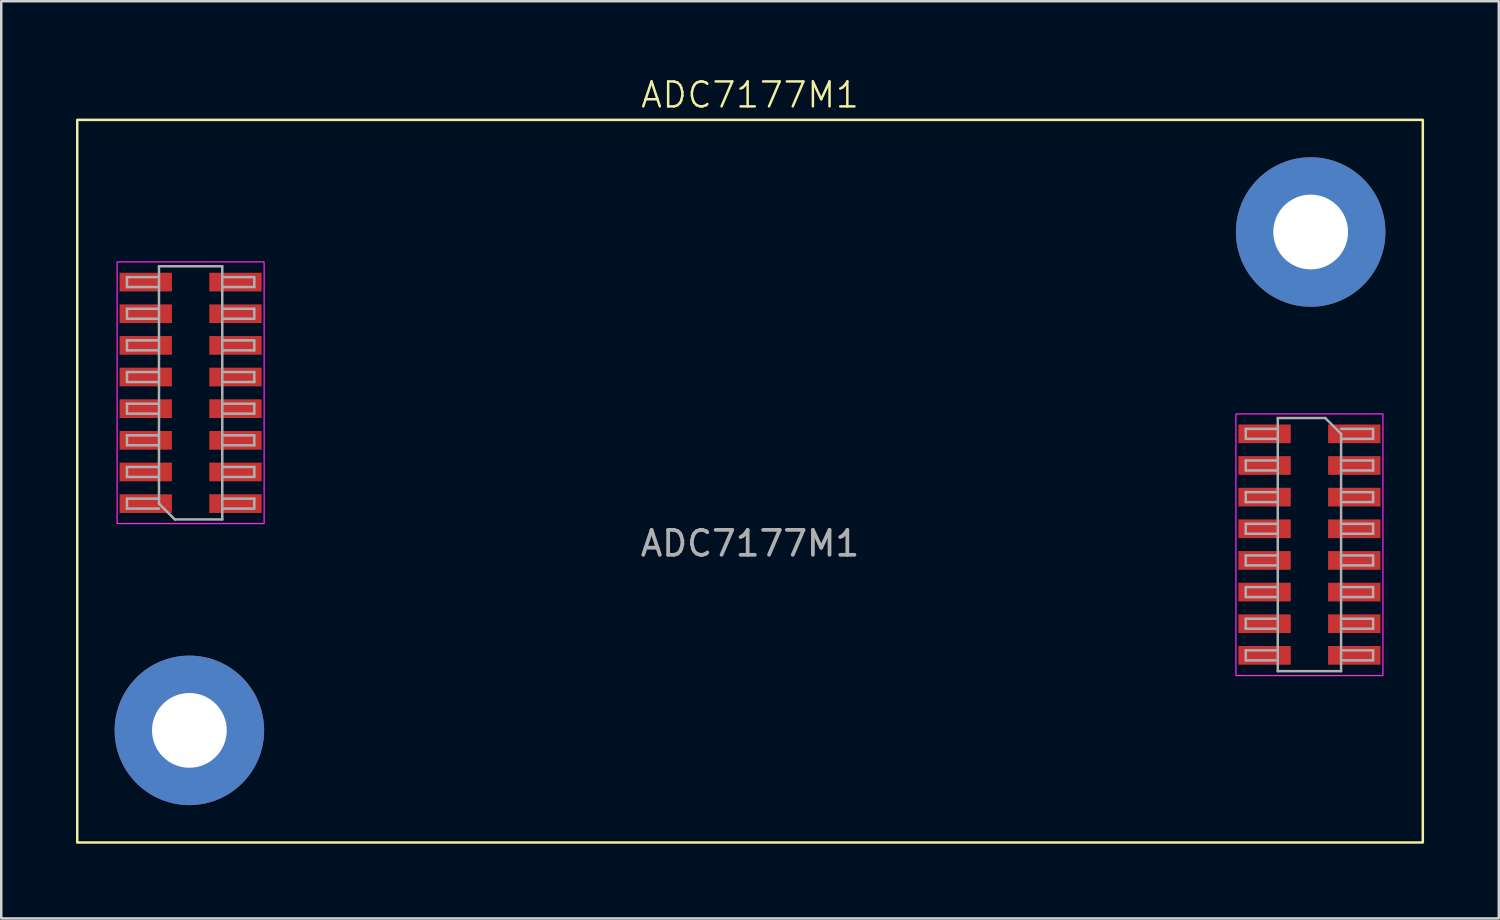
<source format=kicad_pcb>
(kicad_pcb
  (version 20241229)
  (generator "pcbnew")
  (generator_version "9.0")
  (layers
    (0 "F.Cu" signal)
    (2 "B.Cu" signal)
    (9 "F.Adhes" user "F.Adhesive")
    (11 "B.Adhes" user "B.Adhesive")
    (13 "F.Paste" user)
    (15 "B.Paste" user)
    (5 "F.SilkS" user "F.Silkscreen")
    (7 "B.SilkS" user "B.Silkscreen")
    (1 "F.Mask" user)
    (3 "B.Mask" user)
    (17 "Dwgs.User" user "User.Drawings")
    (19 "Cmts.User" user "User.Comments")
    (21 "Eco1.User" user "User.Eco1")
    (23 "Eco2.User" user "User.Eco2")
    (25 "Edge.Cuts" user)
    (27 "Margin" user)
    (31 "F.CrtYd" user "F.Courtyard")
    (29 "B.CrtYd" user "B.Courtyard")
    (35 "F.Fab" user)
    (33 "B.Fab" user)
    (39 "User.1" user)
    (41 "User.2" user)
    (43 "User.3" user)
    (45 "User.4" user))
  (footprint "ADC7177M1"
    (layer "F.Cu")
    (at 27.05 16.261)
    (property "Reference" "ADC7177M1" (at 0 -15.5 0) (unlocked yes) (layer "F.SilkS") (effects (font (size 1 1) (thickness 0.1))))
    (attr smd)
    (fp_rect (start -27 -14.5) (end 27 14.5) (stroke (width 0.1) (type default)) (fill no) (layer "F.SilkS"))
    (fp_rect (start -25.4 -8.8) (end -19.5 1.7) (stroke (width 0.05) (type default)) (fill no) (layer "F.CrtYd"))
    (fp_rect (start 19.5 -2.7) (end 25.4 7.8) (stroke (width 0.05) (type default)) (fill no) (layer "F.CrtYd"))
    (fp_line (start -25.005 -8.19) (end -23.72 -8.19) (stroke (width 0.1) (type solid)) (layer "F.Fab"))
    (fp_line (start -25.005 -7.79) (end -25.005 -8.19) (stroke (width 0.1) (type solid)) (layer "F.Fab"))
    (fp_line (start -25.005 -6.92) (end -23.72 -6.92) (stroke (width 0.1) (type solid)) (layer "F.Fab"))
    (fp_line (start -25.005 -6.52) (end -25.005 -6.92) (stroke (width 0.1) (type solid)) (layer "F.Fab"))
    (fp_line (start -25.005 -5.65) (end -23.72 -5.65) (stroke (width 0.1) (type solid)) (layer "F.Fab"))
    (fp_line (start -25.005 -5.25) (end -25.005 -5.65) (stroke (width 0.1) (type solid)) (layer "F.Fab"))
    (fp_line (start -25.005 -4.38) (end -23.72 -4.38) (stroke (width 0.1) (type solid)) (layer "F.Fab"))
    (fp_line (start -25.005 -3.98) (end -25.005 -4.38) (stroke (width 0.1) (type solid)) (layer "F.Fab"))
    (fp_line (start -25.005 -3.11) (end -23.72 -3.11) (stroke (width 0.1) (type solid)) (layer "F.Fab"))
    (fp_line (start -25.005 -2.71) (end -25.005 -3.11) (stroke (width 0.1) (type solid)) (layer "F.Fab"))
    (fp_line (start -25.005 -1.84) (end -23.72 -1.84) (stroke (width 0.1) (type solid)) (layer "F.Fab"))
    (fp_line (start -25.005 -1.44) (end -25.005 -1.84) (stroke (width 0.1) (type solid)) (layer "F.Fab"))
    (fp_line (start -25.005 -0.57) (end -23.72 -0.57) (stroke (width 0.1) (type solid)) (layer "F.Fab"))
    (fp_line (start -25.005 -0.17) (end -25.005 -0.57) (stroke (width 0.1) (type solid)) (layer "F.Fab"))
    (fp_line (start -25.005 0.7) (end -23.72 0.7) (stroke (width 0.1) (type solid)) (layer "F.Fab"))
    (fp_line (start -25.005 1.1) (end -25.005 0.7) (stroke (width 0.1) (type solid)) (layer "F.Fab"))
    (fp_line (start -23.72 -8.625) (end -21.18 -8.625) (stroke (width 0.1) (type solid)) (layer "F.Fab"))
    (fp_line (start -23.72 -7.79) (end -25.005 -7.79) (stroke (width 0.1) (type solid)) (layer "F.Fab"))
    (fp_line (start -23.72 -6.52) (end -25.005 -6.52) (stroke (width 0.1) (type solid)) (layer "F.Fab"))
    (fp_line (start -23.72 -5.25) (end -25.005 -5.25) (stroke (width 0.1) (type solid)) (layer "F.Fab"))
    (fp_line (start -23.72 -3.98) (end -25.005 -3.98) (stroke (width 0.1) (type solid)) (layer "F.Fab"))
    (fp_line (start -23.72 -2.71) (end -25.005 -2.71) (stroke (width 0.1) (type solid)) (layer "F.Fab"))
    (fp_line (start -23.72 -1.44) (end -25.005 -1.44) (stroke (width 0.1) (type solid)) (layer "F.Fab"))
    (fp_line (start -23.72 -0.17) (end -25.005 -0.17) (stroke (width 0.1) (type solid)) (layer "F.Fab"))
    (fp_line (start -23.72 0.9) (end -23.72 -8.625) (stroke (width 0.1) (type solid)) (layer "F.Fab"))
    (fp_line (start -23.72 1.1) (end -25.005 1.1) (stroke (width 0.1) (type solid)) (layer "F.Fab"))
    (fp_line (start -23.085 1.535) (end -23.72 0.9) (stroke (width 0.1) (type solid)) (layer "F.Fab"))
    (fp_line (start -21.18 -8.625) (end -21.18 1.535) (stroke (width 0.1) (type solid)) (layer "F.Fab"))
    (fp_line (start -21.18 -8.19) (end -19.895 -8.19) (stroke (width 0.1) (type solid)) (layer "F.Fab"))
    (fp_line (start -21.18 -6.92) (end -19.895 -6.92) (stroke (width 0.1) (type solid)) (layer "F.Fab"))
    (fp_line (start -21.18 -5.65) (end -19.895 -5.65) (stroke (width 0.1) (type solid)) (layer "F.Fab"))
    (fp_line (start -21.18 -4.38) (end -19.895 -4.38) (stroke (width 0.1) (type solid)) (layer "F.Fab"))
    (fp_line (start -21.18 -3.11) (end -19.895 -3.11) (stroke (width 0.1) (type solid)) (layer "F.Fab"))
    (fp_line (start -21.18 -1.84) (end -19.895 -1.84) (stroke (width 0.1) (type solid)) (layer "F.Fab"))
    (fp_line (start -21.18 -0.57) (end -19.895 -0.57) (stroke (width 0.1) (type solid)) (layer "F.Fab"))
    (fp_line (start -21.18 0.7) (end -19.895 0.7) (stroke (width 0.1) (type solid)) (layer "F.Fab"))
    (fp_line (start -21.18 1.535) (end -23.085 1.535) (stroke (width 0.1) (type solid)) (layer "F.Fab"))
    (fp_line (start -19.895 -8.19) (end -19.895 -7.79) (stroke (width 0.1) (type solid)) (layer "F.Fab"))
    (fp_line (start -19.895 -7.79) (end -21.18 -7.79) (stroke (width 0.1) (type solid)) (layer "F.Fab"))
    (fp_line (start -19.895 -6.92) (end -19.895 -6.52) (stroke (width 0.1) (type solid)) (layer "F.Fab"))
    (fp_line (start -19.895 -6.52) (end -21.18 -6.52) (stroke (width 0.1) (type solid)) (layer "F.Fab"))
    (fp_line (start -19.895 -5.65) (end -19.895 -5.25) (stroke (width 0.1) (type solid)) (layer "F.Fab"))
    (fp_line (start -19.895 -5.25) (end -21.18 -5.25) (stroke (width 0.1) (type solid)) (layer "F.Fab"))
    (fp_line (start -19.895 -4.38) (end -19.895 -3.98) (stroke (width 0.1) (type solid)) (layer "F.Fab"))
    (fp_line (start -19.895 -3.98) (end -21.18 -3.98) (stroke (width 0.1) (type solid)) (layer "F.Fab"))
    (fp_line (start -19.895 -3.11) (end -19.895 -2.71) (stroke (width 0.1) (type solid)) (layer "F.Fab"))
    (fp_line (start -19.895 -2.71) (end -21.18 -2.71) (stroke (width 0.1) (type solid)) (layer "F.Fab"))
    (fp_line (start -19.895 -1.84) (end -19.895 -1.44) (stroke (width 0.1) (type solid)) (layer "F.Fab"))
    (fp_line (start -19.895 -1.44) (end -21.18 -1.44) (stroke (width 0.1) (type solid)) (layer "F.Fab"))
    (fp_line (start -19.895 -0.57) (end -19.895 -0.17) (stroke (width 0.1) (type solid)) (layer "F.Fab"))
    (fp_line (start -19.895 -0.17) (end -21.18 -0.17) (stroke (width 0.1) (type solid)) (layer "F.Fab"))
    (fp_line (start -19.895 0.7) (end -19.895 1.1) (stroke (width 0.1) (type solid)) (layer "F.Fab"))
    (fp_line (start -19.895 1.1) (end -21.18 1.1) (stroke (width 0.1) (type solid)) (layer "F.Fab"))
    (fp_line (start 19.895 -2.1) (end 21.18 -2.1) (stroke (width 0.1) (type solid)) (layer "F.Fab"))
    (fp_line (start 19.895 -1.7) (end 19.895 -2.1) (stroke (width 0.1) (type solid)) (layer "F.Fab"))
    (fp_line (start 19.895 -0.83) (end 21.18 -0.83) (stroke (width 0.1) (type solid)) (layer "F.Fab"))
    (fp_line (start 19.895 -0.43) (end 19.895 -0.83) (stroke (width 0.1) (type solid)) (layer "F.Fab"))
    (fp_line (start 19.895 0.44) (end 21.18 0.44) (stroke (width 0.1) (type solid)) (layer "F.Fab"))
    (fp_line (start 19.895 0.84) (end 19.895 0.44) (stroke (width 0.1) (type solid)) (layer "F.Fab"))
    (fp_line (start 19.895 1.71) (end 21.18 1.71) (stroke (width 0.1) (type solid)) (layer "F.Fab"))
    (fp_line (start 19.895 2.11) (end 19.895 1.71) (stroke (width 0.1) (type solid)) (layer "F.Fab"))
    (fp_line (start 19.895 2.98) (end 21.18 2.98) (stroke (width 0.1) (type solid)) (layer "F.Fab"))
    (fp_line (start 19.895 3.38) (end 19.895 2.98) (stroke (width 0.1) (type solid)) (layer "F.Fab"))
    (fp_line (start 19.895 4.25) (end 21.18 4.25) (stroke (width 0.1) (type solid)) (layer "F.Fab"))
    (fp_line (start 19.895 4.65) (end 19.895 4.25) (stroke (width 0.1) (type solid)) (layer "F.Fab"))
    (fp_line (start 19.895 5.52) (end 21.18 5.52) (stroke (width 0.1) (type solid)) (layer "F.Fab"))
    (fp_line (start 19.895 5.92) (end 19.895 5.52) (stroke (width 0.1) (type solid)) (layer "F.Fab"))
    (fp_line (start 19.895 6.79) (end 21.18 6.79) (stroke (width 0.1) (type solid)) (layer "F.Fab"))
    (fp_line (start 19.895 7.19) (end 19.895 6.79) (stroke (width 0.1) (type solid)) (layer "F.Fab"))
    (fp_line (start 21.18 -2.535) (end 23.085 -2.535) (stroke (width 0.1) (type solid)) (layer "F.Fab"))
    (fp_line (start 21.18 -1.7) (end 19.895 -1.7) (stroke (width 0.1) (type solid)) (layer "F.Fab"))
    (fp_line (start 21.18 -0.43) (end 19.895 -0.43) (stroke (width 0.1) (type solid)) (layer "F.Fab"))
    (fp_line (start 21.18 0.84) (end 19.895 0.84) (stroke (width 0.1) (type solid)) (layer "F.Fab"))
    (fp_line (start 21.18 2.11) (end 19.895 2.11) (stroke (width 0.1) (type solid)) (layer "F.Fab"))
    (fp_line (start 21.18 3.38) (end 19.895 3.38) (stroke (width 0.1) (type solid)) (layer "F.Fab"))
    (fp_line (start 21.18 4.65) (end 19.895 4.65) (stroke (width 0.1) (type solid)) (layer "F.Fab"))
    (fp_line (start 21.18 5.92) (end 19.895 5.92) (stroke (width 0.1) (type solid)) (layer "F.Fab"))
    (fp_line (start 21.18 7.19) (end 19.895 7.19) (stroke (width 0.1) (type solid)) (layer "F.Fab"))
    (fp_line (start 21.18 7.625) (end 21.18 -2.535) (stroke (width 0.1) (type solid)) (layer "F.Fab"))
    (fp_line (start 23.085 -2.535) (end 23.72 -1.9) (stroke (width 0.1) (type solid)) (layer "F.Fab"))
    (fp_line (start 23.72 -2.1) (end 25.005 -2.1) (stroke (width 0.1) (type solid)) (layer "F.Fab"))
    (fp_line (start 23.72 -1.9) (end 23.72 7.625) (stroke (width 0.1) (type solid)) (layer "F.Fab"))
    (fp_line (start 23.72 -0.83) (end 25.005 -0.83) (stroke (width 0.1) (type solid)) (layer "F.Fab"))
    (fp_line (start 23.72 0.44) (end 25.005 0.44) (stroke (width 0.1) (type solid)) (layer "F.Fab"))
    (fp_line (start 23.72 1.71) (end 25.005 1.71) (stroke (width 0.1) (type solid)) (layer "F.Fab"))
    (fp_line (start 23.72 2.98) (end 25.005 2.98) (stroke (width 0.1) (type solid)) (layer "F.Fab"))
    (fp_line (start 23.72 4.25) (end 25.005 4.25) (stroke (width 0.1) (type solid)) (layer "F.Fab"))
    (fp_line (start 23.72 5.52) (end 25.005 5.52) (stroke (width 0.1) (type solid)) (layer "F.Fab"))
    (fp_line (start 23.72 6.79) (end 25.005 6.79) (stroke (width 0.1) (type solid)) (layer "F.Fab"))
    (fp_line (start 23.72 7.625) (end 21.18 7.625) (stroke (width 0.1) (type solid)) (layer "F.Fab"))
    (fp_line (start 25.005 -2.1) (end 25.005 -1.7) (stroke (width 0.1) (type solid)) (layer "F.Fab"))
    (fp_line (start 25.005 -1.7) (end 23.72 -1.7) (stroke (width 0.1) (type solid)) (layer "F.Fab"))
    (fp_line (start 25.005 -0.83) (end 25.005 -0.43) (stroke (width 0.1) (type solid)) (layer "F.Fab"))
    (fp_line (start 25.005 -0.43) (end 23.72 -0.43) (stroke (width 0.1) (type solid)) (layer "F.Fab"))
    (fp_line (start 25.005 0.44) (end 25.005 0.84) (stroke (width 0.1) (type solid)) (layer "F.Fab"))
    (fp_line (start 25.005 0.84) (end 23.72 0.84) (stroke (width 0.1) (type solid)) (layer "F.Fab"))
    (fp_line (start 25.005 1.71) (end 25.005 2.11) (stroke (width 0.1) (type solid)) (layer "F.Fab"))
    (fp_line (start 25.005 2.11) (end 23.72 2.11) (stroke (width 0.1) (type solid)) (layer "F.Fab"))
    (fp_line (start 25.005 2.98) (end 25.005 3.38) (stroke (width 0.1) (type solid)) (layer "F.Fab"))
    (fp_line (start 25.005 3.38) (end 23.72 3.38) (stroke (width 0.1) (type solid)) (layer "F.Fab"))
    (fp_line (start 25.005 4.25) (end 25.005 4.65) (stroke (width 0.1) (type solid)) (layer "F.Fab"))
    (fp_line (start 25.005 4.65) (end 23.72 4.65) (stroke (width 0.1) (type solid)) (layer "F.Fab"))
    (fp_line (start 25.005 5.52) (end 25.005 5.92) (stroke (width 0.1) (type solid)) (layer "F.Fab"))
    (fp_line (start 25.005 5.92) (end 23.72 5.92) (stroke (width 0.1) (type solid)) (layer "F.Fab"))
    (fp_line (start 25.005 6.79) (end 25.005 7.19) (stroke (width 0.1) (type solid)) (layer "F.Fab"))
    (fp_line (start 25.005 7.19) (end 23.72 7.19) (stroke (width 0.1) (type solid)) (layer "F.Fab"))
    (fp_text user "${REFERENCE}" (at 0 2.5 0) (unlocked yes) (layer "F.Fab") (effects (font (size 1 1) (thickness 0.15))))
    (pad "" thru_hole circle (at -22.5 10) (size 6 6) (drill 3) (layers "*.Cu" "*.Mask"))
    (pad "" thru_hole circle (at 22.5 -10) (size 6 6) (drill 3) (layers "*.Cu" "*.Mask"))
    (pad "A1" smd rect (at -24.25 0.9 180) (size 2.1 0.75) (layers "F.Cu" "F.Mask" "F.Paste"))
    (pad "A2" smd rect (at -20.65 0.9 180) (size 2.1 0.75) (layers "F.Cu" "F.Mask" "F.Paste"))
    (pad "A3" smd rect (at -24.25 -0.37 180) (size 2.1 0.75) (layers "F.Cu" "F.Mask" "F.Paste"))
    (pad "A4" smd rect (at -20.65 -0.37 180) (size 2.1 0.75) (layers "F.Cu" "F.Mask" "F.Paste"))
    (pad "A5" smd rect (at -24.25 -1.64 180) (size 2.1 0.75) (layers "F.Cu" "F.Mask" "F.Paste"))
    (pad "A6" smd rect (at -20.65 -1.64 180) (size 2.1 0.75) (layers "F.Cu" "F.Mask" "F.Paste"))
    (pad "A7" smd rect (at -24.25 -2.91 180) (size 2.1 0.75) (layers "F.Cu" "F.Mask" "F.Paste"))
    (pad "A8" smd rect (at -20.65 -2.91 180) (size 2.1 0.75) (layers "F.Cu" "F.Mask" "F.Paste"))
    (pad "A9" smd rect (at -24.25 -4.18 180) (size 2.1 0.75) (layers "F.Cu" "F.Mask" "F.Paste"))
    (pad "A10" smd rect (at -20.65 -4.18 180) (size 2.1 0.75) (layers "F.Cu" "F.Mask" "F.Paste"))
    (pad "A11" smd rect (at -24.25 -5.45 180) (size 2.1 0.75) (layers "F.Cu" "F.Mask" "F.Paste"))
    (pad "A11" smd rect (at 24.25 4.45) (size 2.1 0.75) (layers "F.Cu" "F.Mask" "F.Paste"))
    (pad "A12" smd rect (at -20.65 -5.45 180) (size 2.1 0.75) (layers "F.Cu" "F.Mask" "F.Paste"))
    (pad "A13" smd rect (at -24.25 -6.72 180) (size 2.1 0.75) (layers "F.Cu" "F.Mask" "F.Paste"))
    (pad "A14" smd rect (at -20.65 -6.72 180) (size 2.1 0.75) (layers "F.Cu" "F.Mask" "F.Paste"))
    (pad "A15" smd rect (at -24.25 -7.99 180) (size 2.1 0.75) (layers "F.Cu" "F.Mask" "F.Paste"))
    (pad "A16" smd rect (at -20.65 -7.99 180) (size 2.1 0.75) (layers "F.Cu" "F.Mask" "F.Paste"))
    (pad "B1" smd rect (at 24.25 -1.9) (size 2.1 0.75) (layers "F.Cu" "F.Mask" "F.Paste"))
    (pad "B2" smd rect (at 20.65 -1.9) (size 2.1 0.75) (layers "F.Cu" "F.Mask" "F.Paste"))
    (pad "B3" smd rect (at 24.25 -0.63) (size 2.1 0.75) (layers "F.Cu" "F.Mask" "F.Paste"))
    (pad "B4" smd rect (at 20.65 -0.63) (size 2.1 0.75) (layers "F.Cu" "F.Mask" "F.Paste"))
    (pad "B5" smd rect (at 24.25 0.64) (size 2.1 0.75) (layers "F.Cu" "F.Mask" "F.Paste"))
    (pad "B6" smd rect (at 20.65 0.64) (size 2.1 0.75) (layers "F.Cu" "F.Mask" "F.Paste"))
    (pad "B7" smd rect (at 24.25 1.91) (size 2.1 0.75) (layers "F.Cu" "F.Mask" "F.Paste"))
    (pad "B8" smd rect (at 20.65 1.91) (size 2.1 0.75) (layers "F.Cu" "F.Mask" "F.Paste"))
    (pad "B9" smd rect (at 24.25 3.18) (size 2.1 0.75) (layers "F.Cu" "F.Mask" "F.Paste"))
    (pad "B10" smd rect (at 20.65 3.18) (size 2.1 0.75) (layers "F.Cu" "F.Mask" "F.Paste"))
    (pad "B12" smd rect (at 20.65 4.45) (size 2.1 0.75) (layers "F.Cu" "F.Mask" "F.Paste"))
    (pad "B13" smd rect (at 24.25 5.72) (size 2.1 0.75) (layers "F.Cu" "F.Mask" "F.Paste"))
    (pad "B14" smd rect (at 20.65 5.72) (size 2.1 0.75) (layers "F.Cu" "F.Mask" "F.Paste"))
    (pad "B15" smd rect (at 24.25 6.99) (size 2.1 0.75) (layers "F.Cu" "F.Mask" "F.Paste"))
    (pad "B16" smd rect (at 20.65 6.99) (size 2.1 0.75) (layers "F.Cu" "F.Mask" "F.Paste")))
  (gr_rect
    (start -3 -3)
    (end 57.1 33.81)
    (stroke (width 0.1) (type default))
    (fill no)
    (layer "Edge.Cuts")))
</source>
